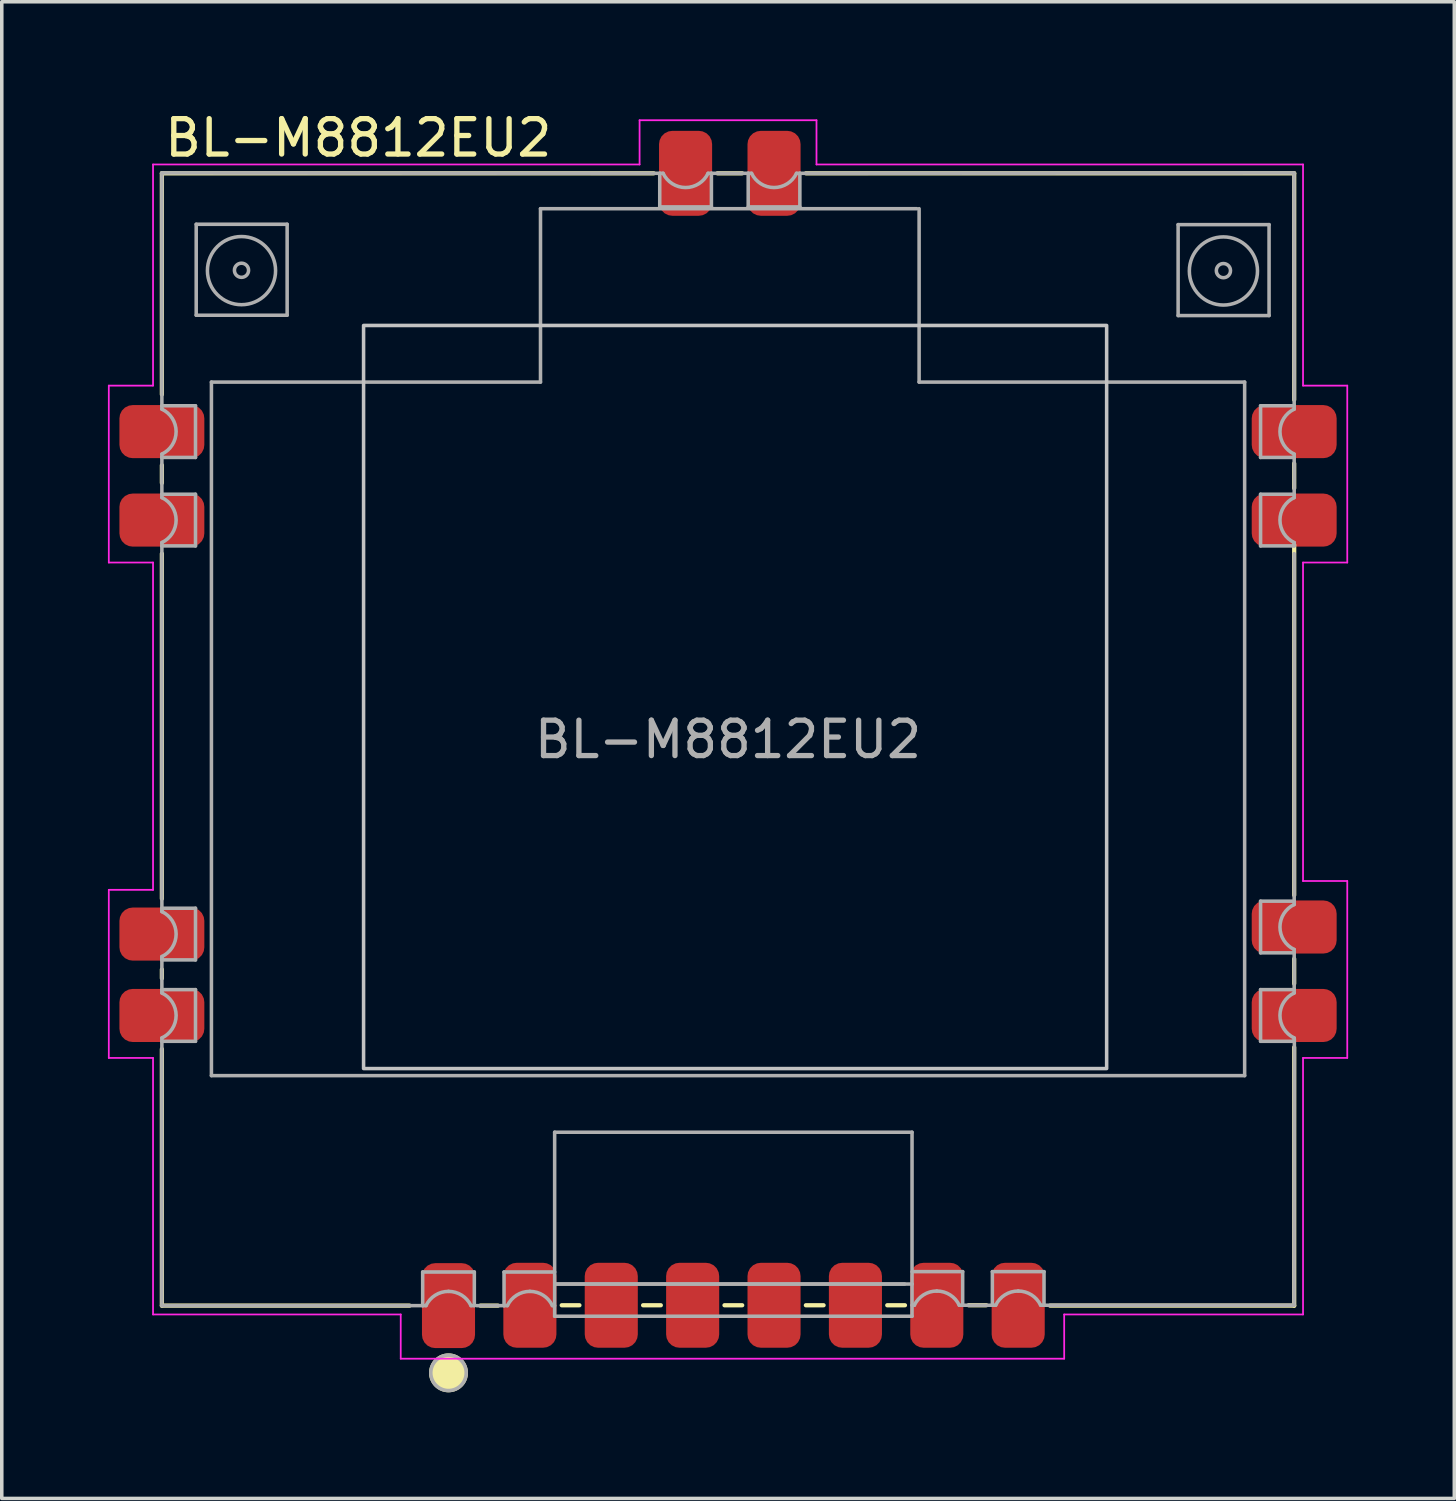
<source format=kicad_pcb>
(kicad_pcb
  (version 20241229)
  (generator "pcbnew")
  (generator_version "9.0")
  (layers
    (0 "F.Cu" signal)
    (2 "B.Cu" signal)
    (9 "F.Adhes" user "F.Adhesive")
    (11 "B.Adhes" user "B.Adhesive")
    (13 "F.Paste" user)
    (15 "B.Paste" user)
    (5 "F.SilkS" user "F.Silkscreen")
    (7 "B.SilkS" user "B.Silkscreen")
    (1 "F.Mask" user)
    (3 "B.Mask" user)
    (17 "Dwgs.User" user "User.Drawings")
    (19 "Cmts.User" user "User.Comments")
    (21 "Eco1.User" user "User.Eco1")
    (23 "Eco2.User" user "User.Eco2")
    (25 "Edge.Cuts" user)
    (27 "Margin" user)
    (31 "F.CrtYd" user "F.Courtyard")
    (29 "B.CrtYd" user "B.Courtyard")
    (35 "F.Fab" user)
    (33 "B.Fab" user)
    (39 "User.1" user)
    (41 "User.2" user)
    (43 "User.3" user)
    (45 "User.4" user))
  (footprint "BL-M8812EU2"
    (layer "F.Cu")
    (at 17.525 17.848)
    (property "Reference" "BL-M8812EU2" (at -16 -17 0) (layer "F.SilkS") (effects (font (size 1 1) (thickness 0.15) (bold yes)) (justify left)))
    (attr smd)
    (fp_line (start -16 -16) (end -2.1 -16) (stroke (width 0.12) (type default)) (layer "F.SilkS"))
    (fp_line (start -16 -9.75) (end -16 -16) (stroke (width 0.12) (type default)) (layer "F.SilkS"))
    (fp_line (start -16 -7.75) (end -16 -7.25) (stroke (width 0.12) (type default)) (layer "F.SilkS"))
    (fp_line (start -16 -5.25) (end -16 4.5) (stroke (width 0.12) (type default)) (layer "F.SilkS"))
    (fp_line (start -16 6.5) (end -16 6.75) (stroke (width 0.12) (type default)) (layer "F.SilkS"))
    (fp_line (start -16 16) (end -16 8.75) (stroke (width 0.12) (type default)) (layer "F.SilkS"))
    (fp_line (start -9 16) (end -16 16) (stroke (width 0.12) (type default)) (layer "F.SilkS"))
    (fp_line (start -7 16) (end -6.5 16) (stroke (width 0.12) (type default)) (layer "F.SilkS"))
    (fp_line (start -4.7 15.99) (end -4.2 15.99) (stroke (width 0.12) (type default)) (layer "F.SilkS"))
    (fp_line (start -2.4 15.99) (end -1.9 15.99) (stroke (width 0.12) (type default)) (layer "F.SilkS"))
    (fp_line (start -0.3 -16) (end 0.4 -16) (stroke (width 0.12) (type default)) (layer "F.SilkS"))
    (fp_line (start -0.1 15.99) (end 0.4 15.99) (stroke (width 0.12) (type default)) (layer "F.SilkS"))
    (fp_line (start 2.2 15.99) (end 2.7 15.99) (stroke (width 0.12) (type default)) (layer "F.SilkS"))
    (fp_line (start 2.2 -16) (end 16 -16) (stroke (width 0.12) (type default)) (layer "F.SilkS"))
    (fp_line (start 4.5 15.99) (end 5 15.99) (stroke (width 0.12) (type default)) (layer "F.SilkS"))
    (fp_line (start 6.8 15.99) (end 7.3 15.99) (stroke (width 0.12) (type default)) (layer "F.SilkS"))
    (fp_line (start 9.1 16) (end 16 16) (stroke (width 0.12) (type default)) (layer "F.SilkS"))
    (fp_line (start 16 -9.6) (end 16 -16) (stroke (width 0.12) (type default)) (layer "F.SilkS"))
    (fp_line (start 16 -7.1) (end 16 -7.8) (stroke (width 0.12) (type default)) (layer "F.SilkS"))
    (fp_line (start 16 4.4) (end 16 -5.5) (stroke (width 0.12) (type default)) (layer "F.SilkS"))
    (fp_line (start 16 6.9) (end 16 6.2) (stroke (width 0.12) (type default)) (layer "F.SilkS"))
    (fp_line (start 16 8.7) (end 16 16) (stroke (width 0.12) (type default)) (layer "F.SilkS"))
    (fp_circle (center -7.9 17.9) (end -7.4 17.9) (stroke (width 0.1) (type solid)) (fill yes) (layer "F.SilkS"))
    (fp_rect (start -10.3 -11.7) (end 10.7 9.3) (stroke (width 0.1) (type default)) (fill no) (layer "Dwgs.User"))
    (fp_line (start -17.5 -10) (end -17.5 -5) (stroke (width 0.05) (type default)) (layer "F.CrtYd"))
    (fp_line (start -17.5 -5) (end -16.25 -5) (stroke (width 0.05) (type default)) (layer "F.CrtYd"))
    (fp_line (start -17.5 4.25) (end -17.5 9) (stroke (width 0.05) (type default)) (layer "F.CrtYd"))
    (fp_line (start -17.5 9) (end -16.25 9) (stroke (width 0.05) (type default)) (layer "F.CrtYd"))
    (fp_line (start -16.25 -16.25) (end -16.25 -10) (stroke (width 0.05) (type default)) (layer "F.CrtYd"))
    (fp_line (start -16.25 -10) (end -17.5 -10) (stroke (width 0.05) (type default)) (layer "F.CrtYd"))
    (fp_line (start -16.25 -5) (end -16.25 4.25) (stroke (width 0.05) (type default)) (layer "F.CrtYd"))
    (fp_line (start -16.25 4.25) (end -17.5 4.25) (stroke (width 0.05) (type default)) (layer "F.CrtYd"))
    (fp_line (start -16.25 9) (end -16.25 16.25) (stroke (width 0.05) (type default)) (layer "F.CrtYd"))
    (fp_line (start -16.25 16.25) (end -9.25 16.25) (stroke (width 0.05) (type default)) (layer "F.CrtYd"))
    (fp_line (start -9.25 16.25) (end -9.25 17.5) (stroke (width 0.05) (type default)) (layer "F.CrtYd"))
    (fp_line (start -9.25 17.5) (end 9.5 17.5) (stroke (width 0.05) (type default)) (layer "F.CrtYd"))
    (fp_line (start -2.5 -17.5) (end -2.5 -16.25) (stroke (width 0.05) (type default)) (layer "F.CrtYd"))
    (fp_line (start -2.5 -16.25) (end -16.25 -16.25) (stroke (width 0.05) (type default)) (layer "F.CrtYd"))
    (fp_line (start 2.5 -17.5) (end -2.5 -17.5) (stroke (width 0.05) (type default)) (layer "F.CrtYd"))
    (fp_line (start 2.5 -16.25) (end 2.5 -17.5) (stroke (width 0.05) (type default)) (layer "F.CrtYd"))
    (fp_line (start 9.5 16.25) (end 16.25 16.25) (stroke (width 0.05) (type default)) (layer "F.CrtYd"))
    (fp_line (start 9.5 17.5) (end 9.5 16.25) (stroke (width 0.05) (type default)) (layer "F.CrtYd"))
    (fp_line (start 16.25 -16.25) (end 2.5 -16.25) (stroke (width 0.05) (type default)) (layer "F.CrtYd"))
    (fp_line (start 16.25 -10) (end 16.25 -16.25) (stroke (width 0.05) (type default)) (layer "F.CrtYd"))
    (fp_line (start 16.25 -5) (end 17.5 -5) (stroke (width 0.05) (type default)) (layer "F.CrtYd"))
    (fp_line (start 16.25 4) (end 16.25 -5) (stroke (width 0.05) (type default)) (layer "F.CrtYd"))
    (fp_line (start 16.25 9) (end 17.5 9) (stroke (width 0.05) (type default)) (layer "F.CrtYd"))
    (fp_line (start 16.25 16.25) (end 16.25 9) (stroke (width 0.05) (type default)) (layer "F.CrtYd"))
    (fp_line (start 17.5 -10) (end 16.25 -10) (stroke (width 0.05) (type default)) (layer "F.CrtYd"))
    (fp_line (start 17.5 -5) (end 17.5 -10) (stroke (width 0.05) (type default)) (layer "F.CrtYd"))
    (fp_line (start 17.5 4) (end 16.25 4) (stroke (width 0.05) (type default)) (layer "F.CrtYd"))
    (fp_line (start 17.5 9) (end 17.5 4) (stroke (width 0.05) (type default)) (layer "F.CrtYd"))
    (fp_line (start -16 -16.01) (end -16 -9.43) (stroke (width 0.1) (type default)) (layer "F.Fab"))
    (fp_line (start -16 -9.43) (end -16 -9.335) (stroke (width 0.1) (type default)) (layer "F.Fab"))
    (fp_line (start -16 -8.065) (end -16 -7.97) (stroke (width 0.1) (type default)) (layer "F.Fab"))
    (fp_line (start -16 -7.97) (end -16 -6.93) (stroke (width 0.1) (type default)) (layer "F.Fab"))
    (fp_line (start -16 -7.97) (end -15.05 -7.97) (stroke (width 0.1) (type default)) (layer "F.Fab"))
    (fp_line (start -16 -6.93) (end -16 -6.835) (stroke (width 0.1) (type default)) (layer "F.Fab"))
    (fp_line (start -16 -5.565) (end -16 -5.47) (stroke (width 0.1) (type default)) (layer "F.Fab"))
    (fp_line (start -16 -5.47) (end -16 4.818) (stroke (width 0.1) (type default)) (layer "F.Fab"))
    (fp_line (start -16 -5.47) (end -15.05 -5.47) (stroke (width 0.1) (type default)) (layer "F.Fab"))
    (fp_line (start -16 4.865) (end -16 4.77) (stroke (width 0.1) (type default)) (layer "F.Fab"))
    (fp_line (start -16 6.183) (end -16 7.118) (stroke (width 0.1) (type default)) (layer "F.Fab"))
    (fp_line (start -16 6.23) (end -16 6.135) (stroke (width 0.1) (type default)) (layer "F.Fab"))
    (fp_line (start -16 6.23) (end -15.05 6.23) (stroke (width 0.1) (type default)) (layer "F.Fab"))
    (fp_line (start -16 7.165) (end -16 7.07) (stroke (width 0.1) (type default)) (layer "F.Fab"))
    (fp_line (start -16 8.53) (end -16 8.435) (stroke (width 0.1) (type default)) (layer "F.Fab"))
    (fp_line (start -16 8.53) (end -16 16) (stroke (width 0.1) (type default)) (layer "F.Fab"))
    (fp_line (start -16 8.53) (end -15.05 8.53) (stroke (width 0.1) (type default)) (layer "F.Fab"))
    (fp_line (start -16 16) (end -8.63 16) (stroke (width 0.1) (type default)) (layer "F.Fab"))
    (fp_line (start -15.05 -9.43) (end -16 -9.43) (stroke (width 0.1) (type default)) (layer "F.Fab"))
    (fp_line (start -15.05 -7.97) (end -15.05 -9.43) (stroke (width 0.1) (type default)) (layer "F.Fab"))
    (fp_line (start -15.05 -6.93) (end -16 -6.93) (stroke (width 0.1) (type default)) (layer "F.Fab"))
    (fp_line (start -15.05 -5.47) (end -15.05 -6.93) (stroke (width 0.1) (type default)) (layer "F.Fab"))
    (fp_line (start -15.05 4.77) (end -16 4.77) (stroke (width 0.1) (type default)) (layer "F.Fab"))
    (fp_line (start -15.05 6.23) (end -15.05 4.77) (stroke (width 0.1) (type default)) (layer "F.Fab"))
    (fp_line (start -15.05 7.07) (end -16 7.07) (stroke (width 0.1) (type default)) (layer "F.Fab"))
    (fp_line (start -15.05 8.53) (end -15.05 7.07) (stroke (width 0.1) (type default)) (layer "F.Fab"))
    (fp_line (start -15.03 -14.56) (end -12.46 -14.56) (stroke (width 0.1) (type default)) (layer "F.Fab"))
    (fp_line (start -15.03 -11.99) (end -15.03 -14.56) (stroke (width 0.1) (type default)) (layer "F.Fab"))
    (fp_line (start -14.6 -10.1) (end -14.6 9.5) (stroke (width 0.1) (type default)) (layer "F.Fab"))
    (fp_line (start -14.6 9.5) (end 14.6 9.5) (stroke (width 0.1) (type default)) (layer "F.Fab"))
    (fp_line (start -12.46 -14.56) (end -12.46 -11.99) (stroke (width 0.1) (type default)) (layer "F.Fab"))
    (fp_line (start -12.46 -11.99) (end -15.03 -11.99) (stroke (width 0.1) (type default)) (layer "F.Fab"))
    (fp_line (start -8.63 15.05) (end -8.63 16) (stroke (width 0.1) (type default)) (layer "F.Fab"))
    (fp_line (start -8.535 16) (end -8.63 16) (stroke (width 0.1) (type default)) (layer "F.Fab"))
    (fp_line (start -7.17 15.05) (end -8.63 15.05) (stroke (width 0.1) (type default)) (layer "F.Fab"))
    (fp_line (start -7.17 16) (end -7.265 16) (stroke (width 0.1) (type default)) (layer "F.Fab"))
    (fp_line (start -7.17 16) (end -7.17 15.05) (stroke (width 0.1) (type default)) (layer "F.Fab"))
    (fp_line (start -7.106 16) (end -6.33 16) (stroke (width 0.1) (type default)) (layer "F.Fab"))
    (fp_line (start -6.33 15.05) (end -6.33 16) (stroke (width 0.1) (type default)) (layer "F.Fab"))
    (fp_line (start -6.235 16) (end -6.33 16) (stroke (width 0.1) (type default)) (layer "F.Fab"))
    (fp_line (start -5.3 -15) (end -5.3 -10.1) (stroke (width 0.1) (type default)) (layer "F.Fab"))
    (fp_line (start -5.3 -10.1) (end -14.6 -10.1) (stroke (width 0.1) (type default)) (layer "F.Fab"))
    (fp_line (start -4.9 11.1) (end -4.9 16.3) (stroke (width 0.1) (type default)) (layer "F.Fab"))
    (fp_line (start -4.9 15.05) (end -6.33 15.05) (stroke (width 0.1) (type default)) (layer "F.Fab"))
    (fp_line (start -4.9 16) (end -4.965 16) (stroke (width 0.1) (type default)) (layer "F.Fab"))
    (fp_line (start -1.93 -16) (end -16 -16.01) (stroke (width 0.1) (type default)) (layer "F.Fab"))
    (fp_line (start -1.93 -16) (end -1.93 -15.05) (stroke (width 0.1) (type default)) (layer "F.Fab"))
    (fp_line (start -1.93 -15.05) (end -0.47 -15.05) (stroke (width 0.1) (type default)) (layer "F.Fab"))
    (fp_line (start -1.835 -16) (end -1.93 -16) (stroke (width 0.1) (type default)) (layer "F.Fab"))
    (fp_line (start -0.47 -16) (end -0.565 -16) (stroke (width 0.1) (type default)) (layer "F.Fab"))
    (fp_line (start -0.47 -15.05) (end -0.47 -16) (stroke (width 0.1) (type default)) (layer "F.Fab"))
    (fp_line (start 0.57 -16) (end -0.47 -16) (stroke (width 0.1) (type default)) (layer "F.Fab"))
    (fp_line (start 0.57 -16) (end 0.57 -15.05) (stroke (width 0.1) (type default)) (layer "F.Fab"))
    (fp_line (start 0.57 -15.05) (end 2.03 -15.05) (stroke (width 0.1) (type default)) (layer "F.Fab"))
    (fp_line (start 0.665 -16) (end 0.57 -16) (stroke (width 0.1) (type default)) (layer "F.Fab"))
    (fp_line (start 2.03 -16) (end 1.935 -16) (stroke (width 0.1) (type default)) (layer "F.Fab"))
    (fp_line (start 2.03 -15.05) (end 2.03 -16) (stroke (width 0.1) (type default)) (layer "F.Fab"))
    (fp_line (start 4.99 15.39) (end -4.85 15.39) (stroke (width 0.1) (type default)) (layer "F.Fab"))
    (fp_line (start 5.2 11.1) (end -4.9 11.1) (stroke (width 0.1) (type default)) (layer "F.Fab"))
    (fp_line (start 5.2 11.1) (end 5.2 15.39) (stroke (width 0.1) (type default)) (layer "F.Fab"))
    (fp_line (start 5.2 15.39) (end -4.85 15.39) (stroke (width 0.1) (type default)) (layer "F.Fab"))
    (fp_line (start 5.2 15.39) (end 5.2 16.3) (stroke (width 0.1) (type default)) (layer "F.Fab"))
    (fp_line (start 5.2 15.99) (end 5.265 15.99) (stroke (width 0.1) (type default)) (layer "F.Fab"))
    (fp_line (start 5.2 16.3) (end -4.9 16.3) (stroke (width 0.1) (type default)) (layer "F.Fab"))
    (fp_line (start 5.335 -15) (end -5.3 -15) (stroke (width 0.1) (type default)) (layer "F.Fab"))
    (fp_line (start 5.4 -10.1) (end 5.4 -15) (stroke (width 0.1) (type default)) (layer "F.Fab"))
    (fp_line (start 6.535 15.99) (end 6.631 15.99) (stroke (width 0.1) (type default)) (layer "F.Fab"))
    (fp_line (start 6.631 15.04) (end 5.2 15.04) (stroke (width 0.1) (type default)) (layer "F.Fab"))
    (fp_line (start 6.631 15.99) (end 6.631 15.04) (stroke (width 0.1) (type default)) (layer "F.Fab"))
    (fp_line (start 6.631 15.99) (end 7.47 15.99) (stroke (width 0.1) (type default)) (layer "F.Fab"))
    (fp_line (start 7.47 15.04) (end 7.47 15.99) (stroke (width 0.1) (type default)) (layer "F.Fab"))
    (fp_line (start 7.47 15.99) (end 7.565 15.99) (stroke (width 0.1) (type default)) (layer "F.Fab"))
    (fp_line (start 8.835 15.99) (end 8.93 15.99) (stroke (width 0.1) (type default)) (layer "F.Fab"))
    (fp_line (start 8.93 15.04) (end 7.47 15.04) (stroke (width 0.1) (type default)) (layer "F.Fab"))
    (fp_line (start 8.93 15.99) (end 8.93 15.04) (stroke (width 0.1) (type default)) (layer "F.Fab"))
    (fp_line (start 8.93 15.99) (end 15.995 15.99) (stroke (width 0.1) (type default)) (layer "F.Fab"))
    (fp_line (start 12.72 -14.55) (end 15.29 -14.55) (stroke (width 0.1) (type default)) (layer "F.Fab"))
    (fp_line (start 12.72 -11.98) (end 12.72 -14.55) (stroke (width 0.1) (type default)) (layer "F.Fab"))
    (fp_line (start 14.6 -10.1) (end 5.4 -10.1) (stroke (width 0.1) (type default)) (layer "F.Fab"))
    (fp_line (start 14.6 9.5) (end 14.6 -10.1) (stroke (width 0.1) (type default)) (layer "F.Fab"))
    (fp_line (start 15.05 -9.43) (end 15.05 -7.97) (stroke (width 0.1) (type default)) (layer "F.Fab"))
    (fp_line (start 15.05 -7.97) (end 16 -7.97) (stroke (width 0.1) (type default)) (layer "F.Fab"))
    (fp_line (start 15.05 -6.93) (end 15.05 -5.47) (stroke (width 0.1) (type default)) (layer "F.Fab"))
    (fp_line (start 15.05 -5.47) (end 16 -5.47) (stroke (width 0.1) (type default)) (layer "F.Fab"))
    (fp_line (start 15.05 4.57) (end 15.05 6.03) (stroke (width 0.1) (type default)) (layer "F.Fab"))
    (fp_line (start 15.05 6.03) (end 16 6.03) (stroke (width 0.1) (type default)) (layer "F.Fab"))
    (fp_line (start 15.05 7.07) (end 15.05 8.53) (stroke (width 0.1) (type default)) (layer "F.Fab"))
    (fp_line (start 15.05 8.53) (end 16 8.53) (stroke (width 0.1) (type default)) (layer "F.Fab"))
    (fp_line (start 15.29 -14.55) (end 15.29 -11.98) (stroke (width 0.1) (type default)) (layer "F.Fab"))
    (fp_line (start 15.29 -11.98) (end 12.72 -11.98) (stroke (width 0.1) (type default)) (layer "F.Fab"))
    (fp_line (start 15.995 -16.01) (end 2.03 -16) (stroke (width 0.1) (type default)) (layer "F.Fab"))
    (fp_line (start 15.995 15.99) (end 16.005 8.46) (stroke (width 0.1) (type default)) (layer "F.Fab"))
    (fp_line (start 16 -9.43) (end 15.05 -9.43) (stroke (width 0.1) (type default)) (layer "F.Fab"))
    (fp_line (start 16 -9.43) (end 15.995 -16.01) (stroke (width 0.1) (type default)) (layer "F.Fab"))
    (fp_line (start 16 -9.335) (end 16 -9.43) (stroke (width 0.1) (type default)) (layer "F.Fab"))
    (fp_line (start 16 -7.97) (end 16 -8.065) (stroke (width 0.1) (type default)) (layer "F.Fab"))
    (fp_line (start 16 -6.93) (end 15.05 -6.93) (stroke (width 0.1) (type default)) (layer "F.Fab"))
    (fp_line (start 16 -6.93) (end 16 -7.97) (stroke (width 0.1) (type default)) (layer "F.Fab"))
    (fp_line (start 16 -6.835) (end 16 -6.93) (stroke (width 0.1) (type default)) (layer "F.Fab"))
    (fp_line (start 16 -5.47) (end 16 -5.565) (stroke (width 0.1) (type default)) (layer "F.Fab"))
    (fp_line (start 16 4.57) (end 15.05 4.57) (stroke (width 0.1) (type default)) (layer "F.Fab"))
    (fp_line (start 16 4.57) (end 16 -5.25) (stroke (width 0.1) (type default)) (layer "F.Fab"))
    (fp_line (start 16 4.665) (end 16 4.57) (stroke (width 0.1) (type default)) (layer "F.Fab"))
    (fp_line (start 16 6.03) (end 16 5.935) (stroke (width 0.1) (type default)) (layer "F.Fab"))
    (fp_line (start 16 7.07) (end 15.05 7.07) (stroke (width 0.1) (type default)) (layer "F.Fab"))
    (fp_line (start 16 7.07) (end 16 6.03) (stroke (width 0.1) (type default)) (layer "F.Fab"))
    (fp_line (start 16 7.165) (end 16 7.07) (stroke (width 0.1) (type default)) (layer "F.Fab"))
    (fp_line (start 16 8.53) (end 16 8.435) (stroke (width 0.1) (type default)) (layer "F.Fab"))
    (fp_arc (start -16 -9.334998) (mid -15.597702 -8.7) (end -16 -8.065002) (stroke (width 0.1) (type default)) (layer "F.Fab"))
    (fp_arc (start -16 -6.834998) (mid -15.597702 -6.2) (end -16 -5.565002) (stroke (width 0.1) (type default)) (layer "F.Fab"))
    (fp_arc (start -16 4.865001) (mid -15.5977 5.5) (end -16 6.134999) (stroke (width 0.1) (type default)) (layer "F.Fab"))
    (fp_arc (start -16 7.165001) (mid -15.5977 7.8) (end -16 8.434999) (stroke (width 0.1) (type default)) (layer "F.Fab"))
    (fp_arc (start -8.534999 16) (mid -8.275855 15.706741) (end -7.9 15.5977) (stroke (width 0.1) (type default)) (layer "F.Fab"))
    (fp_arc (start -7.9 15.5977) (mid -7.524144 15.70674) (end -7.265 16) (stroke (width 0.1) (type default)) (layer "F.Fab"))
    (fp_arc (start -6.234999 16) (mid -5.975855 15.706741) (end -5.6 15.5977) (stroke (width 0.1) (type default)) (layer "F.Fab"))
    (fp_arc (start -5.6 15.5977) (mid -5.224144 15.70674) (end -4.965 16) (stroke (width 0.1) (type default)) (layer "F.Fab"))
    (fp_arc (start -0.565002 -16) (mid -1.2 -15.597702) (end -1.834998 -16) (stroke (width 0.1) (type default)) (layer "F.Fab"))
    (fp_arc (start 1.934998 -16) (mid 1.3 -15.597702) (end 0.665002 -16) (stroke (width 0.1) (type default)) (layer "F.Fab"))
    (fp_arc (start 5.264998 15.99) (mid 5.524141 15.696739) (end 5.899997 15.5877) (stroke (width 0.1) (type default)) (layer "F.Fab"))
    (fp_arc (start 5.899997 15.5877) (mid 6.275856 15.696738) (end 6.535002 15.99) (stroke (width 0.1) (type default)) (layer "F.Fab"))
    (fp_arc (start 7.565001 15.99) (mid 7.824145 15.696741) (end 8.2 15.5877) (stroke (width 0.1) (type default)) (layer "F.Fab"))
    (fp_arc (start 8.2 15.5877) (mid 8.575856 15.69674) (end 8.835 15.99) (stroke (width 0.1) (type default)) (layer "F.Fab"))
    (fp_arc (start 16 -8.065002) (mid 15.597702 -8.7) (end 16 -9.334998) (stroke (width 0.1) (type default)) (layer "F.Fab"))
    (fp_arc (start 16 -5.565002) (mid 15.597702 -6.2) (end 16 -6.834998) (stroke (width 0.1) (type default)) (layer "F.Fab"))
    (fp_arc (start 16 5.934998) (mid 15.597702 5.3) (end 16 4.665002) (stroke (width 0.1) (type default)) (layer "F.Fab"))
    (fp_arc (start 16 8.434998) (mid 15.597702 7.8) (end 16 7.165002) (stroke (width 0.1) (type default)) (layer "F.Fab"))
    (fp_circle (center -13.75 -13.26) (end -13.55 -13.26) (stroke (width 0.1) (type default)) (fill no) (layer "F.Fab"))
    (fp_circle (center -13.75 -13.25) (end -12.787 -13.25) (stroke (width 0.1) (type default)) (fill no) (layer "F.Fab"))
    (fp_circle (center -7.9 17.9) (end -7.4 17.9) (stroke (width 0.1) (type solid)) (fill no) (layer "F.Fab"))
    (fp_circle (center 14 -13.25) (end 14.2 -13.25) (stroke (width 0.1) (type default)) (fill no) (layer "F.Fab"))
    (fp_circle (center 14 -13.24) (end 14.963 -13.24) (stroke (width 0.1) (type default)) (fill no) (layer "F.Fab"))
    (fp_text user "${REFERENCE}" (at 0 0 0) (layer "F.Fab") (effects (font (size 1 1) (thickness 0.15))))
    (pad "1" smd roundrect (at -7.9 16) (size 1.5 2.4) (layers "F.Cu" "F.Mask" "F.Paste") (roundrect_rratio 0.25))
    (pad "2" smd roundrect (at -5.6 15.99) (size 1.5 2.4) (layers "F.Cu" "F.Mask" "F.Paste") (roundrect_rratio 0.25))
    (pad "3" smd roundrect (at -3.3 15.99) (size 1.5 2.4) (layers "F.Cu" "F.Mask" "F.Paste") (roundrect_rratio 0.25))
    (pad "4" smd roundrect (at -1 15.99) (size 1.5 2.4) (layers "F.Cu" "F.Mask" "F.Paste") (roundrect_rratio 0.25))
    (pad "5" smd roundrect (at 1.3 15.99) (size 1.5 2.4) (layers "F.Cu" "F.Mask" "F.Paste") (roundrect_rratio 0.25))
    (pad "6" smd roundrect (at 3.6 15.99) (size 1.5 2.4) (layers "F.Cu" "F.Mask" "F.Paste") (roundrect_rratio 0.25))
    (pad "7" smd roundrect (at 5.9 15.99) (size 1.5 2.4) (layers "F.Cu" "F.Mask" "F.Paste") (roundrect_rratio 0.25))
    (pad "8" smd roundrect (at 8.2 15.99) (size 1.5 2.4) (layers "F.Cu" "F.Mask" "F.Paste") (roundrect_rratio 0.25))
    (pad "9" smd roundrect (at 16 7.8 90) (size 1.5 2.4) (layers "F.Cu" "F.Mask" "F.Paste") (roundrect_rratio 0.25))
    (pad "10" smd roundrect (at 16 5.3 90) (size 1.5 2.4) (layers "F.Cu" "F.Mask" "F.Paste") (roundrect_rratio 0.25))
    (pad "11" smd roundrect (at 16 -6.2 90) (size 1.5 2.4) (layers "F.Cu" "F.Mask" "F.Paste") (roundrect_rratio 0.25))
    (pad "12" smd roundrect (at 16 -8.7 90) (size 1.5 2.4) (layers "F.Cu" "F.Mask" "F.Paste") (roundrect_rratio 0.25))
    (pad "13" smd roundrect (at 1.3 -16 180) (size 1.5 2.4) (layers "F.Cu" "F.Mask" "F.Paste") (roundrect_rratio 0.25))
    (pad "14" smd roundrect (at -1.2 -16 180) (size 1.5 2.4) (layers "F.Cu" "F.Mask" "F.Paste") (roundrect_rratio 0.25))
    (pad "15" smd roundrect (at -16 -8.7 270) (size 1.5 2.4) (layers "F.Cu" "F.Mask" "F.Paste") (roundrect_rratio 0.25))
    (pad "16" smd roundrect (at -16 -6.2 270) (size 1.5 2.4) (layers "F.Cu" "F.Mask" "F.Paste") (roundrect_rratio 0.25))
    (pad "17" smd roundrect (at -16 5.5 270) (size 1.5 2.4) (layers "F.Cu" "F.Mask" "F.Paste") (roundrect_rratio 0.25))
    (pad "18" smd roundrect (at -16 7.8 270) (size 1.5 2.4) (layers "F.Cu" "F.Mask" "F.Paste") (roundrect_rratio 0.25)))
  (gr_rect
    (start -3 -3)
    (end 38.05 39.298)
    (stroke (width 0.1) (type default))
    (fill no)
    (layer "Edge.Cuts")))
</source>
